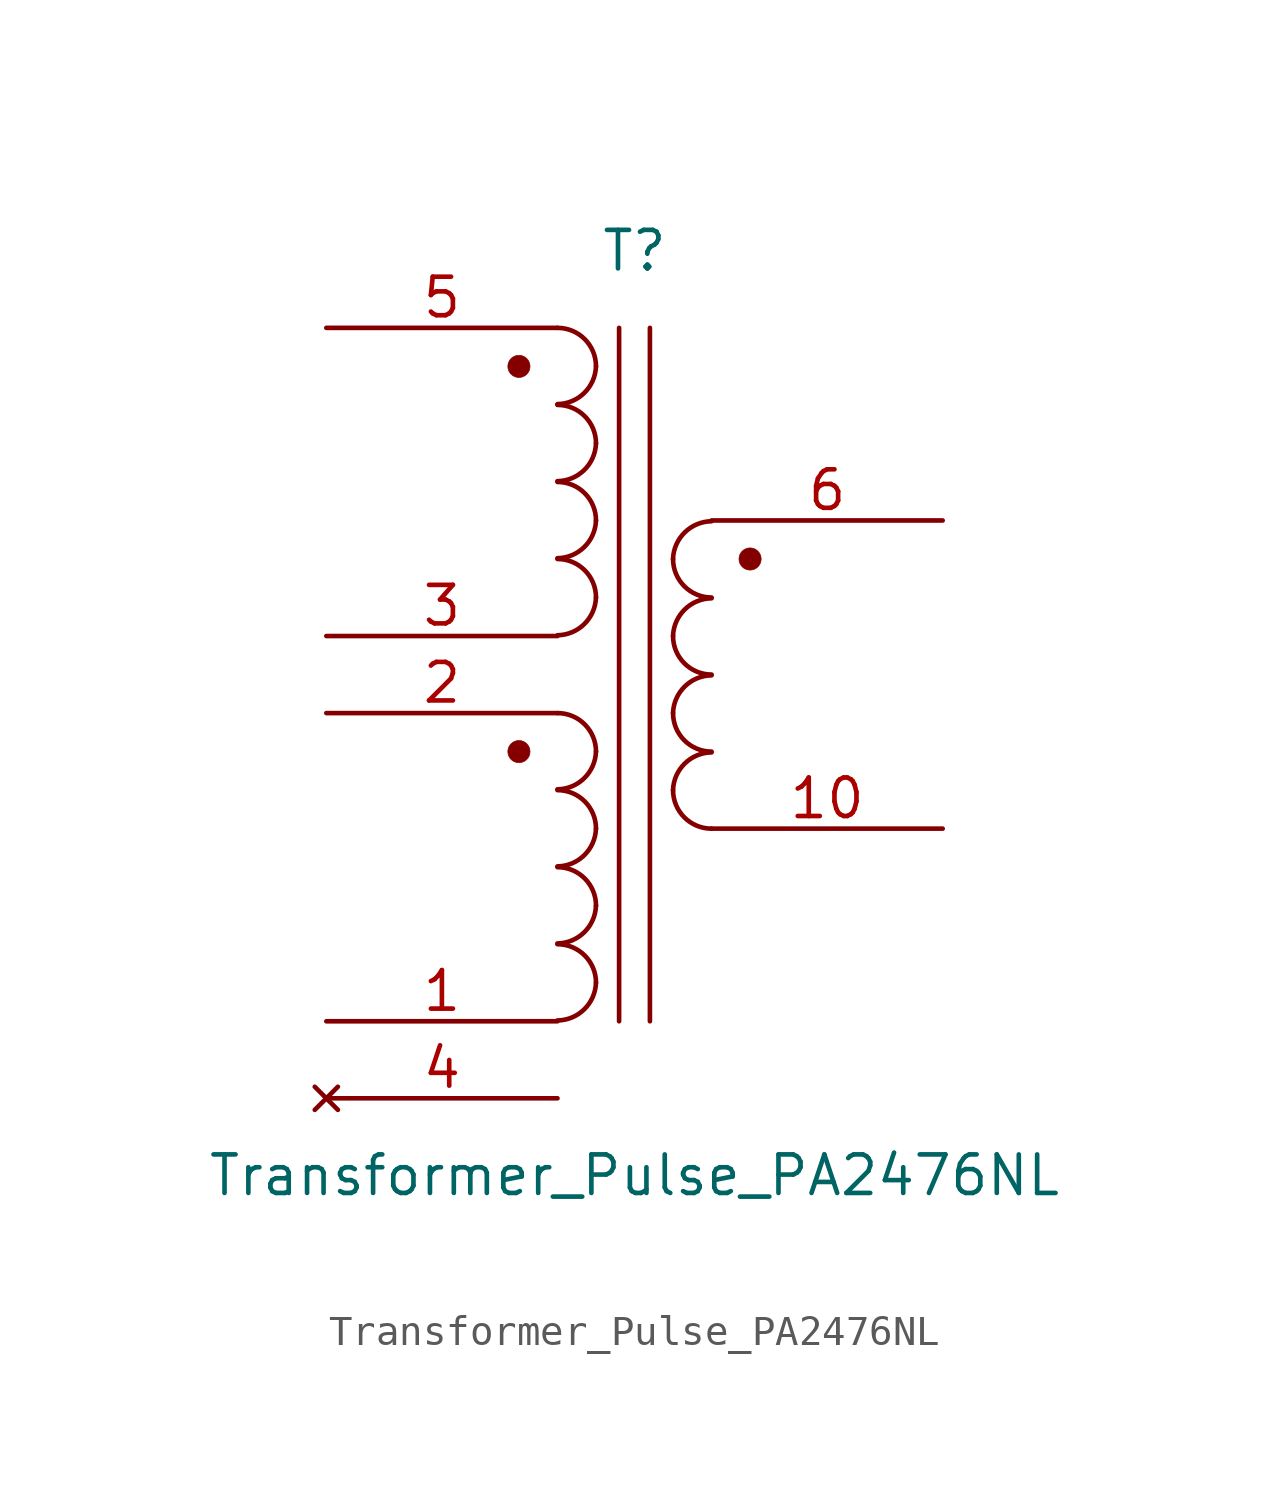
<source format=kicad_sym>
(kicad_symbol_lib
  (version 20241209)
  (generator "kicad_symbol_editor")
  (generator_version "9.0")
  (symbol "Transformer_Pulse_PA2476NL"
    (pin_names
      (offset 1.016)
      (hide yes))
    (property "Reference" "T"
      (at 0 12.7 0)
      (effects (font (size 1.27 1.27))))
    (property "Value" "Transformer_Pulse_PA2476NL"
      (at 0 -17.78 0)
      (effects (font (size 1.27 1.27))))
    (symbol "Transformer_Pulse_PA2476NL_0_1"
      (circle (center -3.81 8.89) (radius 0.366) (stroke (width 0.001) (type default)) (fill (type outline)))
      (circle (center -3.81 -3.81) (radius 0.366) (stroke (width 0.001) (type default)) (fill (type outline)))
      (arc (start -1.27 8.89) (mid -1.6561 8.0137) (end -2.54 7.6454) (stroke (width 0) (type default)) (fill (type none)))
      (arc (start -1.27 6.35) (mid -1.6561 5.4737) (end -2.54 5.1054) (stroke (width 0) (type default)) (fill (type none)))
      (arc (start -1.27 3.81) (mid -1.6561 2.9337) (end -2.54 2.5654) (stroke (width 0) (type default)) (fill (type none)))
      (arc (start -1.27 1.27) (mid -1.6561 0.3937) (end -2.54 0.0254) (stroke (width 0) (type default)) (fill (type none)))
      (arc (start -1.27 -3.81) (mid -1.6561 -4.6863) (end -2.54 -5.0546) (stroke (width 0) (type default)) (fill (type none)))
      (arc (start -1.27 -6.35) (mid -1.6561 -7.2263) (end -2.54 -7.5946) (stroke (width 0) (type default)) (fill (type none)))
      (arc (start -1.27 -8.89) (mid -1.6561 -9.7663) (end -2.54 -10.1346) (stroke (width 0) (type default)) (fill (type none)))
      (arc (start -1.27 -11.43) (mid -1.6561 -12.3063) (end -2.54 -12.6746) (stroke (width 0) (type default)) (fill (type none)))
      (arc (start -2.54 10.16) (mid -1.642 9.788) (end -1.27 8.89) (stroke (width 0) (type default)) (fill (type none)))
      (arc (start -2.54 7.62) (mid -1.642 7.248) (end -1.27 6.35) (stroke (width 0) (type default)) (fill (type none)))
      (arc (start -2.54 5.08) (mid -1.642 4.708) (end -1.27 3.81) (stroke (width 0) (type default)) (fill (type none)))
      (arc (start -2.54 2.54) (mid -1.642 2.168) (end -1.27 1.27) (stroke (width 0) (type default)) (fill (type none)))
      (arc (start -2.54 -2.54) (mid -1.642 -2.912) (end -1.27 -3.81) (stroke (width 0) (type default)) (fill (type none)))
      (arc (start -2.54 -5.08) (mid -1.642 -5.452) (end -1.27 -6.35) (stroke (width 0) (type default)) (fill (type none)))
      (arc (start -2.54 -7.62) (mid -1.642 -7.992) (end -1.27 -8.89) (stroke (width 0) (type default)) (fill (type none)))
      (arc (start -2.54 -10.16) (mid -1.642 -10.532) (end -1.27 -11.43) (stroke (width 0) (type default)) (fill (type none)))
      (polyline (pts (xy -0.508 -12.7) (xy -0.508 10.16)) (stroke (width 0) (type default)) (fill (type none)))
      (polyline (pts (xy 0.508 10.16) (xy 0.508 -12.7)) (stroke (width 0) (type default)) (fill (type none)))
      (arc (start 2.54 1.27) (mid 1.642 1.642) (end 1.27 2.54) (stroke (width 0) (type default)) (fill (type none)))
      (arc (start 2.54 -1.27) (mid 1.642 -0.898) (end 1.27 0) (stroke (width 0) (type default)) (fill (type none)))
      (arc (start 2.54 -3.81) (mid 1.642 -3.438) (end 1.27 -2.54) (stroke (width 0) (type default)) (fill (type none)))
      (arc (start 2.54 -6.35) (mid 1.642 -5.978) (end 1.27 -5.08) (stroke (width 0) (type default)) (fill (type none)))
      (arc (start 1.27 2.54) (mid 1.656 3.4164) (end 2.54 3.7846) (stroke (width 0) (type default)) (fill (type none)))
      (arc (start 1.27 0) (mid 1.656 0.8764) (end 2.54 1.2446) (stroke (width 0) (type default)) (fill (type none)))
      (arc (start 1.27 -2.54) (mid 1.656 -1.6636) (end 2.54 -1.2954) (stroke (width 0) (type default)) (fill (type none)))
      (arc (start 1.27 -5.08) (mid 1.656 -4.2036) (end 2.54 -3.8354) (stroke (width 0) (type default)) (fill (type none)))
      (circle (center 3.81 2.54) (radius 0.366) (stroke (width 0.001) (type default)) (fill (type outline))))
    (symbol "Transformer_Pulse_PA2476NL_1_1"
      (pin passive line (at -10.16 10.16 0) (length 7.62) (name "N1A" (effects (font (size 1.27 1.27)))) (number "5" (effects (font (size 1.27 1.27)))))
      (pin passive line (at -10.16 0 0) (length 7.62) (name "N1B" (effects (font (size 1.27 1.27)))) (number "3" (effects (font (size 1.27 1.27)))))
      (pin passive line (at -10.16 -2.54 0) (length 7.62) (name "N4A" (effects (font (size 1.27 1.27)))) (number "2" (effects (font (size 1.27 1.27)))))
      (pin passive line (at -10.16 -12.7 0) (length 7.62) (name "N4B" (effects (font (size 1.27 1.27)))) (number "1" (effects (font (size 1.27 1.27)))))
      (pin no_connect line (at -10.16 -15.24 0) (length 7.62) (name "NC" (effects (font (size 1.27 1.27)))) (number "4" (effects (font (size 1.27 1.27)))))
      (pin no_connect line (at -10.16 -15.24 0) (length 2.54) (hide yes) (name "" (effects (font (size 1.27 1.27)))) (number "7" (effects (font (size 1.27 1.27)))))
      (pin no_connect line (at -10.16 -15.24 0) (length 2.54) (hide yes) (name "" (effects (font (size 1.27 1.27)))) (number "8" (effects (font (size 1.27 1.27)))))
      (pin no_connect line (at -10.16 -15.24 0) (length 2.54) (hide yes) (name "" (effects (font (size 1.27 1.27)))) (number "9" (effects (font (size 1.27 1.27)))))
      (pin passive line (at 10.16 3.81 180) (length 7.62) (name "N2A" (effects (font (size 1.27 1.27)))) (number "6" (effects (font (size 1.27 1.27)))))
      (pin passive line (at 10.16 -6.35 180) (length 7.62) (name "N2B" (effects (font (size 1.27 1.27)))) (number "10" (effects (font (size 1.27 1.27))))))))
</source>
